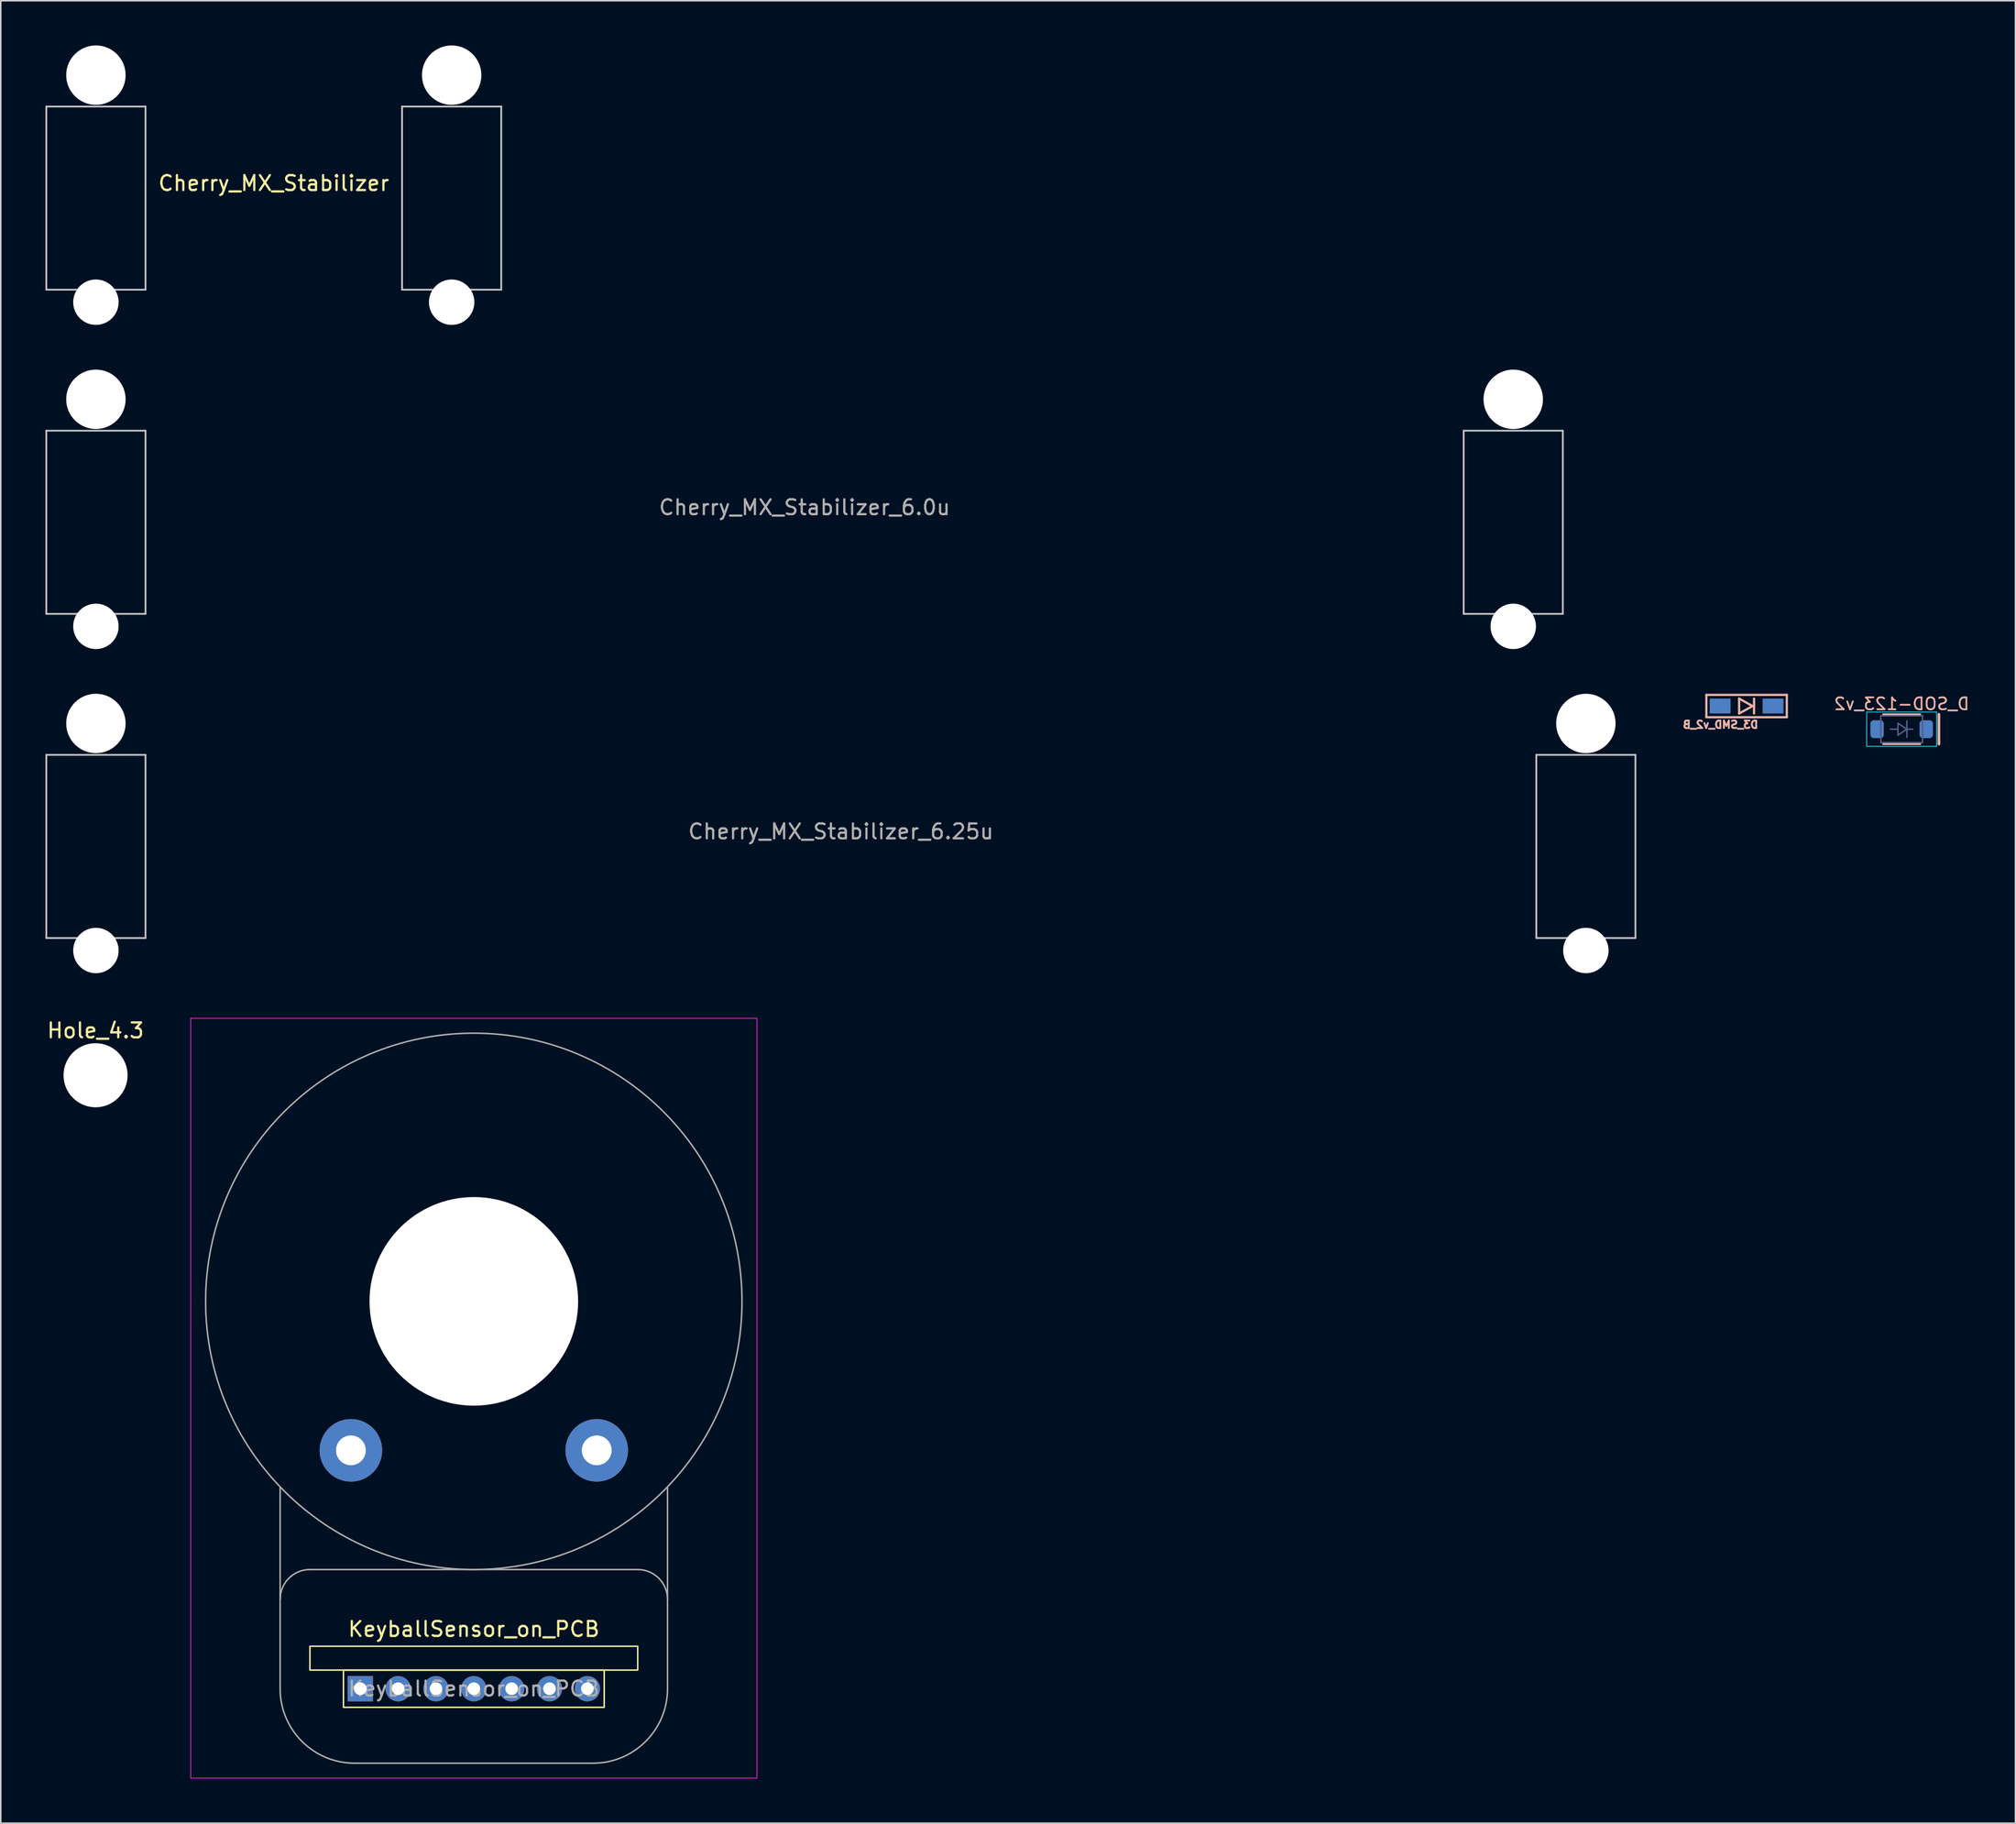
<source format=kicad_pcb>
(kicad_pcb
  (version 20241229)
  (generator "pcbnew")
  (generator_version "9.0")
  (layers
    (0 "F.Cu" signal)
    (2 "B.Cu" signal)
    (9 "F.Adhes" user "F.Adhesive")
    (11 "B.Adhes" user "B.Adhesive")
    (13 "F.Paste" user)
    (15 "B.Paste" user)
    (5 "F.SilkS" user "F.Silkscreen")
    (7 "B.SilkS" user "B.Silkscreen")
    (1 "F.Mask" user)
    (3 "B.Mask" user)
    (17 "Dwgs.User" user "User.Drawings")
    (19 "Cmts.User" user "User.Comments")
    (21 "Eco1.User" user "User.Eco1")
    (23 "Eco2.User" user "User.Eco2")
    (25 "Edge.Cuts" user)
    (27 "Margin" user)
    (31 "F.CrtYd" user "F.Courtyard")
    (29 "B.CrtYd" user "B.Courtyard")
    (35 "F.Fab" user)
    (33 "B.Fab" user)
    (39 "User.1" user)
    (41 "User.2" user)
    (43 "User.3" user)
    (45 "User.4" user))
  (footprint "KeyballSensor_on_PCB"
    (layer "F.Cu")
    (at 28.751 110.299)
    (property "Reference" "KeyballSensor_on_PCB" (at 0 -4 180) (layer "F.SilkS") (effects (font (size 1 1) (thickness 0.15))))
    (attr through_hole)
    (fp_rect (start -8.75 -1.25) (end 8.75 1.25) (stroke (width 0.1) (type solid)) (fill no) (layer "F.SilkS"))
    (fp_rect (start 11 -1.25) (end -11 -2.85) (stroke (width 0.1) (type solid)) (fill no) (layer "F.SilkS"))
    (fp_line (start -19 -45) (end -19 6) (stroke (width 0.05) (type solid)) (layer "F.CrtYd"))
    (fp_line (start -19 6) (end 19 6) (stroke (width 0.05) (type solid)) (layer "F.CrtYd"))
    (fp_line (start 19 -45) (end -19 -45) (stroke (width 0.05) (type solid)) (layer "F.CrtYd"))
    (fp_line (start 19 6) (end 19 -45) (stroke (width 0.05) (type solid)) (layer "F.CrtYd"))
    (fp_line (start -13 -6) (end -13 -13.5) (stroke (width 0.1) (type solid)) (layer "F.Fab"))
    (fp_line (start -13 -6) (end -13 0) (stroke (width 0.1) (type solid)) (layer "F.Fab"))
    (fp_line (start -8 5) (end 8 5) (stroke (width 0.1) (type solid)) (layer "F.Fab"))
    (fp_line (start 11 -8) (end -11 -8) (stroke (width 0.1) (type solid)) (layer "F.Fab"))
    (fp_line (start 13 -6) (end 13 -13.5) (stroke (width 0.1) (type solid)) (layer "F.Fab"))
    (fp_line (start 13 0) (end 13 -6) (stroke (width 0.1) (type solid)) (layer "F.Fab"))
    (fp_arc (start -13 -6) (mid -12.414214 -7.414214) (end -11 -8) (stroke (width 0.1) (type solid)) (layer "F.Fab"))
    (fp_arc (start -8 5) (mid -11.535534 3.535534) (end -13 0) (stroke (width 0.1) (type solid)) (layer "F.Fab"))
    (fp_arc (start 11 -8) (mid 12.414214 -7.414214) (end 13 -6) (stroke (width 0.1) (type solid)) (layer "F.Fab"))
    (fp_arc (start 13 0) (mid 11.535534 3.535534) (end 8 5) (stroke (width 0.1) (type solid)) (layer "F.Fab"))
    (fp_circle (center 0 -26) (end 18 -26) (stroke (width 0.1) (type solid)) (fill no) (layer "F.Fab"))
    (fp_text user "${REFERENCE}" (at 0 0 180) (layer "F.Fab") (effects (font (size 1 1) (thickness 0.15))))
    (pad "" np_thru_hole circle (at -8.25 -16 90) (size 4.2 4.2) (drill 2) (layers "*.Cu" "*.Mask"))
    (pad "" np_thru_hole circle (at 0 -26) (size 14 14) (drill 14) (layers "*.Cu" "*.Mask"))
    (pad "" np_thru_hole circle (at 8.25 -16 90) (size 4.2 4.2) (drill 2) (layers "*.Cu" "*.Mask"))
    (pad "1" thru_hole rect (at -7.62 0 90) (size 1.7 1.7) (drill 0.85) (layers "*.Cu" "*.Mask"))
    (pad "2" thru_hole oval (at -5.08 0 90) (size 1.7 1.7) (drill 0.85) (layers "*.Cu" "*.Mask"))
    (pad "3" thru_hole oval (at -2.54 0 90) (size 1.7 1.7) (drill 0.85) (layers "*.Cu" "*.Mask"))
    (pad "4" thru_hole oval (at 0 0 90) (size 1.7 1.7) (drill 0.85) (layers "*.Cu" "*.Mask"))
    (pad "5" thru_hole oval (at 2.54 0 90) (size 1.7 1.7) (drill 0.85) (layers "*.Cu" "*.Mask"))
    (pad "6" thru_hole oval (at 5.08 0 90) (size 1.7 1.7) (drill 0.85) (layers "*.Cu" "*.Mask"))
    (pad "7" thru_hole oval (at 7.62 0 90) (size 1.7 1.7) (drill 0.85) (layers "*.Cu" "*.Mask")))
  (footprint "D_SOD-123_v2"
    (layer "F.Cu")
    (at 124.583 45.894)
    (property "Reference" "D_SOD-123_v2" (at 0 -1.7 0) (layer "B.SilkS") (effects (font (size 0.8 0.8) (thickness 0.12)) (justify mirror)))
    (attr smd)
    (fp_line (start 1.25 -1) (end -1.25 -1) (stroke (width 0.12) (type solid)) (layer "B.SilkS"))
    (fp_line (start 1.25 1) (end -1.25 1) (stroke (width 0.12) (type solid)) (layer "B.SilkS"))
    (fp_line (start 2.5 -1) (end 2.5 1) (stroke (width 0.18) (type solid)) (layer "B.SilkS"))
    (fp_line (start -2.35 -1.15) (end -2.35 1.15) (stroke (width 0.05) (type solid)) (layer "B.CrtYd"))
    (fp_line (start -2.35 1.15) (end 2.35 1.15) (stroke (width 0.05) (type solid)) (layer "B.CrtYd"))
    (fp_line (start 2.35 -1.15) (end -2.35 -1.15) (stroke (width 0.05) (type solid)) (layer "B.CrtYd"))
    (fp_line (start 2.35 -1.15) (end 2.35 1.15) (stroke (width 0.05) (type solid)) (layer "B.CrtYd"))
    (fp_line (start -1.4 -0.9) (end -1.4 0.9) (stroke (width 0.1) (type solid)) (layer "B.Fab"))
    (fp_line (start -1.4 0.9) (end 1.4 0.9) (stroke (width 0.1) (type solid)) (layer "B.Fab"))
    (fp_line (start -0.25 -0.4) (end -0.25 0.4) (stroke (width 0.1) (type solid)) (layer "B.Fab"))
    (fp_line (start -0.25 0) (end -0.75 0) (stroke (width 0.1) (type solid)) (layer "B.Fab"))
    (fp_line (start -0.25 0.4) (end 0.35 0) (stroke (width 0.1) (type solid)) (layer "B.Fab"))
    (fp_line (start 0.35 0) (end -0.25 -0.4) (stroke (width 0.1) (type solid)) (layer "B.Fab"))
    (fp_line (start 0.35 0) (end 0.35 -0.55) (stroke (width 0.1) (type solid)) (layer "B.Fab"))
    (fp_line (start 0.35 0) (end 0.35 0.55) (stroke (width 0.1) (type solid)) (layer "B.Fab"))
    (fp_line (start 0.75 0) (end 0.35 0) (stroke (width 0.1) (type solid)) (layer "B.Fab"))
    (fp_line (start 1.4 -0.9) (end -1.4 -0.9) (stroke (width 0.1) (type solid)) (layer "B.Fab"))
    (fp_line (start 1.4 0.9) (end 1.4 -0.9) (stroke (width 0.1) (type solid)) (layer "B.Fab"))
    (pad "1" smd roundrect (at 1.65 0 180) (size 0.9 1.2) (layers "B.Cu" "B.Mask" "B.Paste") (roundrect_rratio 0.25))
    (pad "2" smd roundrect (at -1.65 0 180) (size 0.9 1.2) (layers "B.Cu" "B.Mask" "B.Paste") (roundrect_rratio 0.25)))
  (footprint "Cherry_MX_Stabilizer_6.25u"
    (layer "F.Cu")
    (at 53.387 53.765)
    (property "Reference" "Cherry_MX_Stabilizer_6.25u" (at 0 -1 0) (layer "F.Fab") (effects (font (size 1 1) (thickness 0.15))))
    (attr through_hole)
    (fp_line (start -53.327 -6.147) (end -46.673 -6.147) (stroke (width 0.12) (type solid)) (layer "Dwgs.User"))
    (fp_line (start -53.327 6.147) (end -53.327 -6.147) (stroke (width 0.12) (type solid)) (layer "Dwgs.User"))
    (fp_line (start -46.673 -6.147) (end -46.673 6.147) (stroke (width 0.12) (type solid)) (layer "Dwgs.User"))
    (fp_line (start -46.673 6.147) (end -53.327 6.147) (stroke (width 0.12) (type solid)) (layer "Dwgs.User"))
    (fp_line (start 46.673 -6.147) (end 53.327 -6.147) (stroke (width 0.12) (type solid)) (layer "Dwgs.User"))
    (fp_line (start 46.673 6.147) (end 46.673 -6.147) (stroke (width 0.12) (type solid)) (layer "Dwgs.User"))
    (fp_line (start 53.327 -6.147) (end 53.327 6.147) (stroke (width 0.12) (type solid)) (layer "Dwgs.User"))
    (fp_line (start 53.327 6.147) (end 46.673 6.147) (stroke (width 0.12) (type solid)) (layer "Dwgs.User"))
    (pad "" np_thru_hole circle (at -50 -8.255 180) (size 3.988 3.988) (drill 3.988) (layers "*.Cu" "*.Mask"))
    (pad "" np_thru_hole circle (at -50 6.985 180) (size 3.048 3.048) (drill 3.048) (layers "*.Cu" "*.Mask"))
    (pad "" np_thru_hole circle (at 50 -8.255 180) (size 3.988 3.988) (drill 3.988) (layers "*.Cu" "*.Mask"))
    (pad "" np_thru_hole circle (at 50 6.985 180) (size 3.048 3.048) (drill 3.048) (layers "*.Cu" "*.Mask")))
  (footprint "Cherry_MX_Stabilizer_6.0u"
    (layer "F.Cu")
    (at 50.95 32.007)
    (property "Reference" "Cherry_MX_Stabilizer_6.0u" (at 0 -1 0) (layer "F.Fab") (effects (font (size 1 1) (thickness 0.15))))
    (attr through_hole)
    (fp_line (start -50.89 -6.147) (end -44.236 -6.147) (stroke (width 0.12) (type solid)) (layer "Dwgs.User"))
    (fp_line (start -50.89 6.147) (end -50.89 -6.147) (stroke (width 0.12) (type solid)) (layer "Dwgs.User"))
    (fp_line (start -44.236 -6.147) (end -44.236 6.147) (stroke (width 0.12) (type solid)) (layer "Dwgs.User"))
    (fp_line (start -44.236 6.147) (end -50.89 6.147) (stroke (width 0.12) (type solid)) (layer "Dwgs.User"))
    (fp_line (start 44.236 -6.147) (end 50.89 -6.147) (stroke (width 0.12) (type solid)) (layer "Dwgs.User"))
    (fp_line (start 44.236 6.147) (end 44.236 -6.147) (stroke (width 0.12) (type solid)) (layer "Dwgs.User"))
    (fp_line (start 50.89 -6.147) (end 50.89 6.147) (stroke (width 0.12) (type solid)) (layer "Dwgs.User"))
    (fp_line (start 50.89 6.147) (end 44.236 6.147) (stroke (width 0.12) (type solid)) (layer "Dwgs.User"))
    (pad "" np_thru_hole circle (at -47.563 -8.255 180) (size 3.988 3.988) (drill 3.988) (layers "*.Cu" "*.Mask"))
    (pad "" np_thru_hole circle (at -47.563 6.985 180) (size 3.048 3.048) (drill 3.048) (layers "*.Cu" "*.Mask"))
    (pad "" np_thru_hole circle (at 47.563 -8.255 180) (size 3.988 3.988) (drill 3.988) (layers "*.Cu" "*.Mask"))
    (pad "" np_thru_hole circle (at 47.563 6.985 180) (size 3.048 3.048) (drill 3.048) (layers "*.Cu" "*.Mask")))
  (footprint "Hole_4.3"
    (layer "F.Cu")
    (at 3.363 69.122)
    (property "Reference" "Hole_4.3" (at 0 -3 0) (layer "F.SilkS") (effects (font (size 1 1) (thickness 0.15))))
    (attr through_hole)
    (pad "" np_thru_hole circle (at 0 0) (size 4.3 4.3) (drill 4.3) (layers "*.Cu" "*.Mask")))
  (footprint "D3_SMD_v2_B"
    (layer "F.Cu")
    (at 114.174 44.341)
    (property "Reference" "D3_SMD_v2_B" (at -1.75 1.25 180) (layer "B.SilkS") (effects (font (size 0.5 0.5) (thickness 0.125)) (justify mirror)))
    (attr through_hole)
    (fp_line (start -2.7 -0.75) (end -2.7 0.75) (stroke (width 0.15) (type solid)) (layer "B.SilkS"))
    (fp_line (start -2.7 -0.75) (end 2.7 -0.75) (stroke (width 0.15) (type solid)) (layer "B.SilkS"))
    (fp_line (start -0.5 -0.5) (end -0.5 0.5) (stroke (width 0.15) (type solid)) (layer "B.SilkS"))
    (fp_line (start -0.5 0.5) (end 0.4 0) (stroke (width 0.15) (type solid)) (layer "B.SilkS"))
    (fp_line (start 0.4 0) (end -0.5 -0.5) (stroke (width 0.15) (type solid)) (layer "B.SilkS"))
    (fp_line (start 0.5 -0.5) (end 0.5 0.5) (stroke (width 0.15) (type solid)) (layer "B.SilkS"))
    (fp_line (start 2.7 -0.75) (end 2.7 0.75) (stroke (width 0.15) (type solid)) (layer "B.SilkS"))
    (fp_line (start 2.7 0.75) (end -2.7 0.75) (stroke (width 0.15) (type solid)) (layer "B.SilkS"))
    (pad "1" smd rect (at 1.775 0 180) (size 1.4 1) (layers "B.Cu" "B.Mask" "B.Paste"))
    (pad "2" smd rect (at -1.775 0 180) (size 1.4 1) (layers "B.Cu" "B.Mask" "B.Paste")))
  (footprint "Cherry_MX_Stabilizer"
    (layer "F.Cu")
    (at 15.325 10.249)
    (property "Reference" "Cherry_MX_Stabilizer" (at 0 -1 0) (layer "F.SilkS") (effects (font (size 1 1) (thickness 0.15))))
    (attr through_hole)
    (fp_line (start -15.265 -6.147) (end -8.611 -6.147) (stroke (width 0.12) (type solid)) (layer "Dwgs.User"))
    (fp_line (start -15.265 6.147) (end -15.265 -6.147) (stroke (width 0.12) (type solid)) (layer "Dwgs.User"))
    (fp_line (start -8.611 -6.147) (end -8.611 6.147) (stroke (width 0.12) (type solid)) (layer "Dwgs.User"))
    (fp_line (start -8.611 6.147) (end -15.265 6.147) (stroke (width 0.12) (type solid)) (layer "Dwgs.User"))
    (fp_line (start 8.611 -6.147) (end 15.265 -6.147) (stroke (width 0.12) (type solid)) (layer "Dwgs.User"))
    (fp_line (start 8.611 6.147) (end 8.611 -6.147) (stroke (width 0.12) (type solid)) (layer "Dwgs.User"))
    (fp_line (start 15.265 -6.147) (end 15.265 6.147) (stroke (width 0.12) (type solid)) (layer "Dwgs.User"))
    (fp_line (start 15.265 6.147) (end 8.611 6.147) (stroke (width 0.12) (type solid)) (layer "Dwgs.User"))
    (pad "" np_thru_hole circle (at -11.938 -8.255 180) (size 3.988 3.988) (drill 3.988) (layers "*.Cu" "*.Mask"))
    (pad "" np_thru_hole circle (at -11.938 6.985 180) (size 3.048 3.048) (drill 3.048) (layers "*.Cu" "*.Mask"))
    (pad "" np_thru_hole circle (at 11.938 -8.255 180) (size 3.988 3.988) (drill 3.988) (layers "*.Cu" "*.Mask"))
    (pad "" np_thru_hole circle (at 11.938 6.985 180) (size 3.048 3.048) (drill 3.048) (layers "*.Cu" "*.Mask")))
  (gr_rect
    (start -3 -3)
    (end 132.216 119.324)
    (stroke (width 0.1) (type default))
    (fill no)
    (layer "Edge.Cuts")))
</source>
